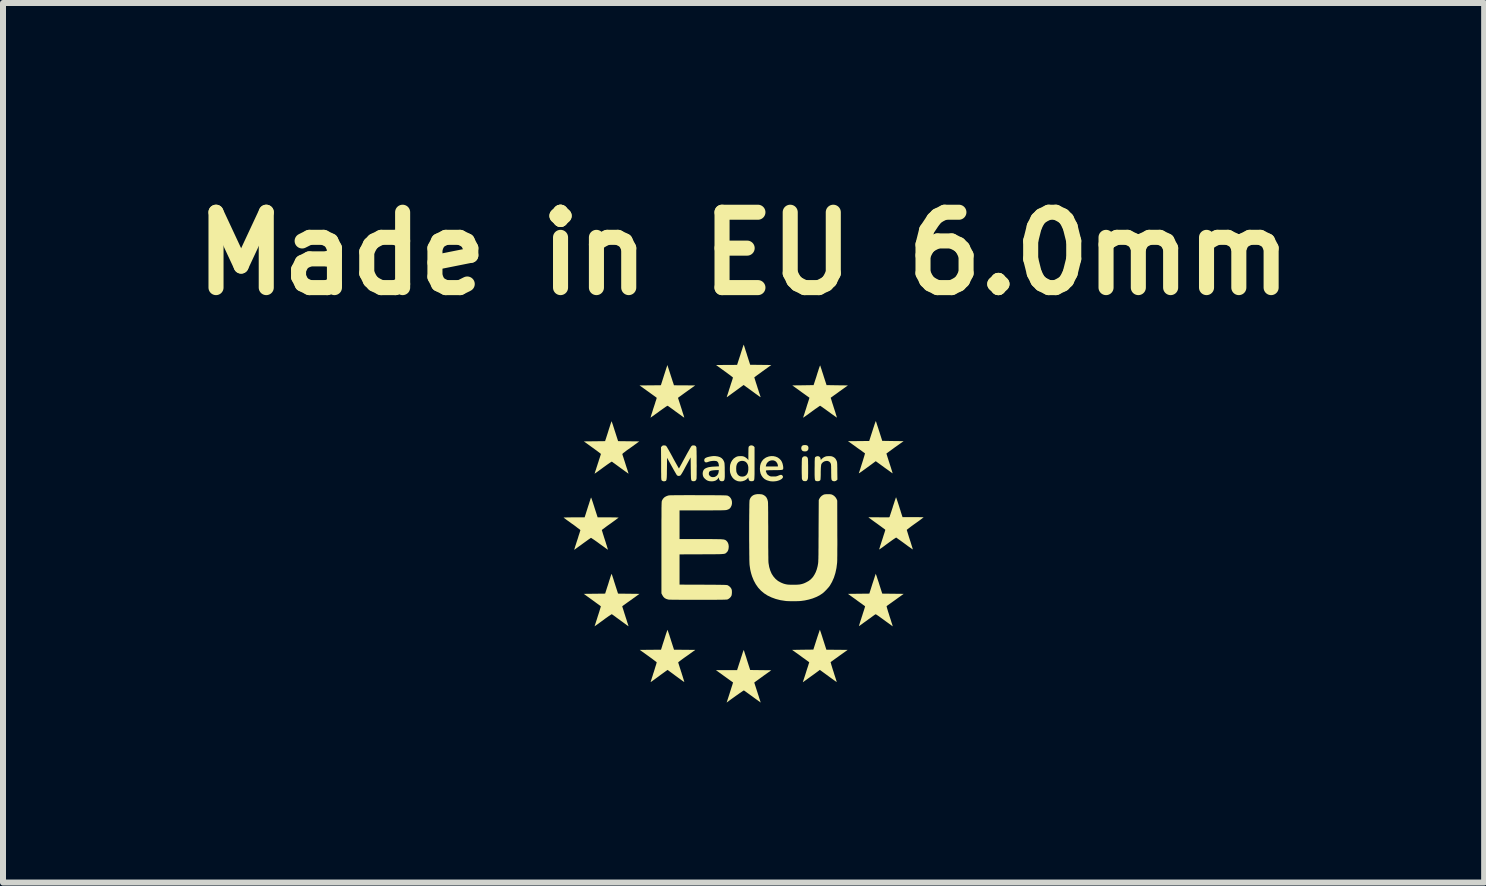
<source format=kicad_pcb>
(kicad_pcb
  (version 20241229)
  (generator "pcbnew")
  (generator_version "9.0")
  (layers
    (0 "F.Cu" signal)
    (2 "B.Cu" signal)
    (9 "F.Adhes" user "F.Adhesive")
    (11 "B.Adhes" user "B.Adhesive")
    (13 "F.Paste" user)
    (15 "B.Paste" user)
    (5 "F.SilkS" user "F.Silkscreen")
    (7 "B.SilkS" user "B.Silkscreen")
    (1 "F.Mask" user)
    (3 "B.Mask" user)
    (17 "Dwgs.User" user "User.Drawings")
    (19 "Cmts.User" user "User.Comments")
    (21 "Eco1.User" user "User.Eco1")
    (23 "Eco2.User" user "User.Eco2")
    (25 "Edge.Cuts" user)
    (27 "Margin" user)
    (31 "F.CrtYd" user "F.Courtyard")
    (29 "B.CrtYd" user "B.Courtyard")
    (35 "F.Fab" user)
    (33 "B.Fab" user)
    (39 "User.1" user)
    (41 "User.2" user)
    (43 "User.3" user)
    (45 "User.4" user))
  (footprint "Made in EU 6.0mm"
    (layer "F.Cu")
    (at 9.342 5.675)
    (property "Reference" "Made in EU 6.0mm" (at 0 -4.5 180) (layer "F.SilkS") (effects (font (size 1.256 1.256) (thickness 0.251))))
    (attr board_only exclude_from_pos_files exclude_from_bom)
    (fp_poly (pts (xy 1.042 -1.307) (xy 1.061 -1.301) (xy 1.074 -1.289) (xy 1.08 -1.272) (xy 1.081 -1.256) (xy 1.078 -1.234) (xy 1.067 -1.217) (xy 1.054 -1.207) (xy 1.038 -1.203) (xy 1.019 -1.202) (xy 1 -1.204) (xy 0.988 -1.208) (xy 0.974 -1.218) (xy 0.965 -1.234) (xy 0.961 -1.253) (xy 0.963 -1.272) (xy 0.97 -1.289) (xy 0.976 -1.295) (xy 0.985 -1.302) (xy 0.998 -1.306) (xy 1.015 -1.308)) (stroke (width 0) (type solid)) (fill yes) (layer "F.SilkS"))
    (fp_poly (pts (xy 1.044 -1.118) (xy 1.06 -1.108) (xy 1.069 -1.091) (xy 1.072 -1.081) (xy 1.073 -1.071) (xy 1.074 -1.054) (xy 1.075 -1.03) (xy 1.075 -1.002) (xy 1.076 -0.97) (xy 1.076 -0.936) (xy 1.076 -0.902) (xy 1.076 -0.868) (xy 1.076 -0.835) (xy 1.075 -0.806) (xy 1.075 -0.782) (xy 1.074 -0.764) (xy 1.073 -0.753) (xy 1.066 -0.73) (xy 1.058 -0.719) (xy 1.049 -0.71) (xy 1.039 -0.707) (xy 1.024 -0.706) (xy 1.024 -0.706) (xy 1.004 -0.708) (xy 0.99 -0.714) (xy 0.99 -0.715) (xy 0.981 -0.725) (xy 0.974 -0.739) (xy 0.974 -0.74) (xy 0.972 -0.749) (xy 0.971 -0.766) (xy 0.971 -0.789) (xy 0.97 -0.817) (xy 0.969 -0.849) (xy 0.969 -0.883) (xy 0.969 -0.919) (xy 0.969 -0.954) (xy 0.97 -0.987) (xy 0.97 -1.018) (xy 0.971 -1.045) (xy 0.972 -1.066) (xy 0.973 -1.081) (xy 0.974 -1.086) (xy 0.983 -1.104) (xy 0.997 -1.116) (xy 1.018 -1.121) (xy 1.023 -1.121)) (stroke (width 0) (type solid)) (fill yes) (layer "F.SilkS"))
    (fp_poly (pts (xy 2.205 -1.706) (xy 2.205 -1.706) (xy 2.207 -1.7) (xy 2.212 -1.687) (xy 2.218 -1.667) (xy 2.226 -1.642) (xy 2.236 -1.612) (xy 2.247 -1.579) (xy 2.258 -1.543) (xy 2.26 -1.538) (xy 2.311 -1.378) (xy 2.489 -1.375) (xy 2.667 -1.373) (xy 2.523 -1.271) (xy 2.492 -1.248) (xy 2.463 -1.227) (xy 2.437 -1.208) (xy 2.415 -1.192) (xy 2.398 -1.179) (xy 2.386 -1.171) (xy 2.381 -1.166) (xy 2.38 -1.166) (xy 2.382 -1.161) (xy 2.386 -1.149) (xy 2.392 -1.13) (xy 2.399 -1.106) (xy 2.409 -1.076) (xy 2.419 -1.043) (xy 2.431 -1.007) (xy 2.433 -1) (xy 2.445 -0.964) (xy 2.456 -0.93) (xy 2.465 -0.9) (xy 2.473 -0.875) (xy 2.479 -0.855) (xy 2.483 -0.842) (xy 2.485 -0.836) (xy 2.485 -0.836) (xy 2.481 -0.838) (xy 2.471 -0.845) (xy 2.455 -0.856) (xy 2.435 -0.871) (xy 2.41 -0.889) (xy 2.382 -0.909) (xy 2.351 -0.931) (xy 2.343 -0.937) (xy 2.203 -1.039) (xy 2.07 -0.941) (xy 2.033 -0.914) (xy 2.002 -0.892) (xy 1.978 -0.874) (xy 1.959 -0.861) (xy 1.944 -0.851) (xy 1.934 -0.844) (xy 1.927 -0.84) (xy 1.923 -0.838) (xy 1.921 -0.838) (xy 1.921 -0.839) (xy 1.922 -0.842) (xy 1.922 -0.843) (xy 1.937 -0.886) (xy 1.951 -0.93) (xy 1.964 -0.972) (xy 1.977 -1.012) (xy 1.989 -1.05) (xy 1.999 -1.084) (xy 2.008 -1.113) (xy 2.015 -1.137) (xy 2.02 -1.155) (xy 2.023 -1.167) (xy 2.024 -1.17) (xy 2.019 -1.173) (xy 2.008 -1.181) (xy 1.992 -1.192) (xy 1.971 -1.208) (xy 1.946 -1.226) (xy 1.917 -1.246) (xy 1.886 -1.268) (xy 1.88 -1.273) (xy 1.74 -1.373) (xy 1.917 -1.374) (xy 2.094 -1.376) (xy 2.132 -1.495) (xy 2.148 -1.544) (xy 2.161 -1.585) (xy 2.172 -1.618) (xy 2.181 -1.646) (xy 2.188 -1.667) (xy 2.194 -1.683) (xy 2.198 -1.694) (xy 2.201 -1.702) (xy 2.203 -1.706) (xy 2.204 -1.707)) (stroke (width 0) (type solid)) (fill yes) (layer "F.SilkS"))
    (fp_poly (pts (xy 0.006 2.114) (xy 0.01 2.127) (xy 0.016 2.147) (xy 0.024 2.172) (xy 0.034 2.202) (xy 0.045 2.235) (xy 0.056 2.272) (xy 0.058 2.278) (xy 0.11 2.441) (xy 0.286 2.443) (xy 0.462 2.445) (xy 0.33 2.539) (xy 0.3 2.561) (xy 0.271 2.582) (xy 0.245 2.601) (xy 0.223 2.617) (xy 0.206 2.629) (xy 0.194 2.638) (xy 0.189 2.642) (xy 0.178 2.65) (xy 0.23 2.811) (xy 0.242 2.848) (xy 0.253 2.881) (xy 0.262 2.912) (xy 0.271 2.937) (xy 0.277 2.958) (xy 0.282 2.972) (xy 0.284 2.978) (xy 0.284 2.978) (xy 0.284 2.982) (xy 0.28 2.98) (xy 0.274 2.975) (xy 0.262 2.966) (xy 0.245 2.954) (xy 0.223 2.938) (xy 0.199 2.921) (xy 0.173 2.902) (xy 0.146 2.882) (xy 0.118 2.862) (xy 0.092 2.843) (xy 0.067 2.825) (xy 0.045 2.809) (xy 0.027 2.796) (xy 0.014 2.787) (xy 0.007 2.782) (xy 0.006 2.781) (xy 0.002 2.783) (xy -0.009 2.789) (xy -0.025 2.8) (xy -0.045 2.814) (xy -0.069 2.83) (xy -0.095 2.849) (xy -0.123 2.868) (xy -0.152 2.889) (xy -0.18 2.909) (xy -0.208 2.929) (xy -0.233 2.947) (xy -0.255 2.964) (xy -0.273 2.977) (xy -0.277 2.98) (xy -0.281 2.983) (xy -0.281 2.979) (xy -0.281 2.979) (xy -0.279 2.973) (xy -0.274 2.96) (xy -0.268 2.94) (xy -0.26 2.916) (xy -0.251 2.888) (xy -0.241 2.858) (xy -0.231 2.826) (xy -0.221 2.794) (xy -0.211 2.763) (xy -0.202 2.734) (xy -0.194 2.709) (xy -0.187 2.689) (xy -0.183 2.674) (xy -0.181 2.667) (xy -0.175 2.649) (xy -0.318 2.546) (xy -0.461 2.443) (xy -0.284 2.443) (xy -0.108 2.443) (xy -0.076 2.343) (xy -0.065 2.31) (xy -0.053 2.273) (xy -0.042 2.237) (xy -0.031 2.204) (xy -0.022 2.176) (xy -0.021 2.173) (xy -0.014 2.15) (xy -0.007 2.131) (xy -0.001 2.117) (xy 0.002 2.109) (xy 0.004 2.108)) (stroke (width 0) (type solid)) (fill yes) (layer "F.SilkS"))
    (fp_poly (pts (xy -1.233 -2.528) (xy -1.222 -2.494) (xy -1.211 -2.459) (xy -1.2 -2.426) (xy -1.19 -2.396) (xy -1.183 -2.372) (xy -1.178 -2.359) (xy -1.16 -2.304) (xy -0.983 -2.303) (xy -0.806 -2.302) (xy -0.933 -2.211) (xy -0.964 -2.189) (xy -0.993 -2.168) (xy -1.019 -2.149) (xy -1.041 -2.133) (xy -1.059 -2.12) (xy -1.072 -2.111) (xy -1.077 -2.107) (xy -1.093 -2.095) (xy -1.04 -1.931) (xy -1.028 -1.894) (xy -1.018 -1.86) (xy -1.008 -1.83) (xy -1 -1.805) (xy -0.994 -1.785) (xy -0.99 -1.771) (xy -0.989 -1.765) (xy -0.989 -1.765) (xy -0.993 -1.767) (xy -1.003 -1.774) (xy -1.019 -1.785) (xy -1.039 -1.8) (xy -1.064 -1.818) (xy -1.092 -1.838) (xy -1.122 -1.86) (xy -1.126 -1.862) (xy -1.156 -1.885) (xy -1.185 -1.906) (xy -1.21 -1.924) (xy -1.232 -1.94) (xy -1.249 -1.952) (xy -1.261 -1.96) (xy -1.266 -1.963) (xy -1.266 -1.963) (xy -1.271 -1.961) (xy -1.282 -1.955) (xy -1.299 -1.944) (xy -1.32 -1.929) (xy -1.346 -1.911) (xy -1.374 -1.891) (xy -1.405 -1.869) (xy -1.41 -1.865) (xy -1.441 -1.842) (xy -1.47 -1.822) (xy -1.495 -1.803) (xy -1.517 -1.788) (xy -1.534 -1.776) (xy -1.545 -1.768) (xy -1.55 -1.764) (xy -1.551 -1.764) (xy -1.55 -1.768) (xy -1.546 -1.78) (xy -1.541 -1.798) (xy -1.534 -1.822) (xy -1.524 -1.851) (xy -1.514 -1.884) (xy -1.503 -1.92) (xy -1.5 -1.928) (xy -1.488 -1.965) (xy -1.477 -1.998) (xy -1.468 -2.029) (xy -1.459 -2.054) (xy -1.453 -2.074) (xy -1.449 -2.088) (xy -1.447 -2.094) (xy -1.447 -2.094) (xy -1.45 -2.097) (xy -1.46 -2.105) (xy -1.476 -2.117) (xy -1.497 -2.132) (xy -1.522 -2.15) (xy -1.55 -2.17) (xy -1.581 -2.193) (xy -1.59 -2.199) (xy -1.734 -2.302) (xy -1.556 -2.303) (xy -1.378 -2.305) (xy -1.336 -2.437) (xy -1.325 -2.472) (xy -1.314 -2.506) (xy -1.304 -2.537) (xy -1.295 -2.565) (xy -1.288 -2.587) (xy -1.283 -2.603) (xy -1.281 -2.606) (xy -1.27 -2.642)) (stroke (width 0) (type solid)) (fill yes) (layer "F.SilkS"))
    (fp_poly (pts (xy -1.267 1.775) (xy -1.263 1.786) (xy -1.256 1.804) (xy -1.248 1.828) (xy -1.238 1.856) (xy -1.228 1.889) (xy -1.216 1.925) (xy -1.213 1.936) (xy -1.159 2.103) (xy -0.982 2.104) (xy -0.805 2.106) (xy -0.947 2.208) (xy -0.979 2.23) (xy -1.008 2.251) (xy -1.034 2.27) (xy -1.055 2.286) (xy -1.072 2.299) (xy -1.084 2.308) (xy -1.089 2.313) (xy -1.09 2.313) (xy -1.088 2.318) (xy -1.085 2.33) (xy -1.079 2.349) (xy -1.071 2.374) (xy -1.062 2.403) (xy -1.051 2.436) (xy -1.04 2.472) (xy -1.038 2.476) (xy -1.027 2.512) (xy -1.016 2.546) (xy -1.007 2.576) (xy -0.999 2.601) (xy -0.993 2.621) (xy -0.989 2.634) (xy -0.988 2.64) (xy -0.988 2.64) (xy -0.992 2.639) (xy -1.001 2.633) (xy -1.015 2.624) (xy -1.027 2.615) (xy -1.041 2.605) (xy -1.061 2.59) (xy -1.085 2.573) (xy -1.112 2.553) (xy -1.141 2.532) (xy -1.166 2.513) (xy -1.267 2.439) (xy -1.39 2.528) (xy -1.419 2.55) (xy -1.448 2.571) (xy -1.474 2.59) (xy -1.496 2.606) (xy -1.514 2.619) (xy -1.527 2.628) (xy -1.531 2.631) (xy -1.542 2.639) (xy -1.548 2.642) (xy -1.549 2.64) (xy -1.547 2.634) (xy -1.545 2.628) (xy -1.541 2.614) (xy -1.534 2.593) (xy -1.526 2.567) (xy -1.516 2.537) (xy -1.506 2.503) (xy -1.495 2.471) (xy -1.484 2.435) (xy -1.474 2.402) (xy -1.465 2.373) (xy -1.457 2.349) (xy -1.452 2.329) (xy -1.449 2.317) (xy -1.448 2.312) (xy -1.452 2.308) (xy -1.463 2.3) (xy -1.479 2.288) (xy -1.5 2.272) (xy -1.525 2.253) (xy -1.553 2.233) (xy -1.584 2.21) (xy -1.59 2.206) (xy -1.73 2.106) (xy -1.553 2.104) (xy -1.376 2.103) (xy -1.367 2.075) (xy -1.358 2.047) (xy -1.349 2.016) (xy -1.338 1.983) (xy -1.327 1.949) (xy -1.316 1.915) (xy -1.306 1.882) (xy -1.296 1.851) (xy -1.287 1.824) (xy -1.279 1.802) (xy -1.274 1.785) (xy -1.27 1.775) (xy -1.269 1.772)) (stroke (width 0) (type solid)) (fill yes) (layer "F.SilkS"))
    (fp_poly (pts (xy 0.498 -1.123) (xy 0.535 -1.115) (xy 0.569 -1.101) (xy 0.598 -1.08) (xy 0.623 -1.054) (xy 0.636 -1.032) (xy 0.648 -1.004) (xy 0.656 -0.972) (xy 0.661 -0.94) (xy 0.661 -0.931) (xy 0.661 -0.92) (xy 0.66 -0.912) (xy 0.658 -0.905) (xy 0.653 -0.9) (xy 0.645 -0.896) (xy 0.633 -0.894) (xy 0.615 -0.892) (xy 0.592 -0.891) (xy 0.562 -0.89) (xy 0.524 -0.89) (xy 0.506 -0.89) (xy 0.467 -0.889) (xy 0.436 -0.889) (xy 0.412 -0.888) (xy 0.395 -0.887) (xy 0.383 -0.886) (xy 0.375 -0.883) (xy 0.372 -0.879) (xy 0.371 -0.874) (xy 0.373 -0.867) (xy 0.376 -0.859) (xy 0.378 -0.855) (xy 0.388 -0.831) (xy 0.401 -0.814) (xy 0.421 -0.8) (xy 0.426 -0.796) (xy 0.437 -0.791) (xy 0.446 -0.787) (xy 0.457 -0.785) (xy 0.471 -0.784) (xy 0.492 -0.784) (xy 0.498 -0.784) (xy 0.521 -0.784) (xy 0.538 -0.785) (xy 0.551 -0.788) (xy 0.564 -0.792) (xy 0.576 -0.797) (xy 0.599 -0.806) (xy 0.616 -0.811) (xy 0.628 -0.811) (xy 0.638 -0.808) (xy 0.645 -0.802) (xy 0.655 -0.788) (xy 0.657 -0.774) (xy 0.651 -0.76) (xy 0.639 -0.746) (xy 0.622 -0.734) (xy 0.6 -0.723) (xy 0.575 -0.714) (xy 0.547 -0.707) (xy 0.516 -0.703) (xy 0.485 -0.702) (xy 0.453 -0.704) (xy 0.431 -0.708) (xy 0.388 -0.721) (xy 0.352 -0.74) (xy 0.323 -0.766) (xy 0.3 -0.798) (xy 0.283 -0.835) (xy 0.274 -0.877) (xy 0.272 -0.913) (xy 0.275 -0.951) (xy 0.37 -0.951) (xy 0.471 -0.951) (xy 0.572 -0.951) (xy 0.572 -0.966) (xy 0.57 -0.978) (xy 0.565 -0.994) (xy 0.561 -1.003) (xy 0.545 -1.027) (xy 0.525 -1.043) (xy 0.499 -1.052) (xy 0.49 -1.053) (xy 0.458 -1.052) (xy 0.429 -1.042) (xy 0.406 -1.026) (xy 0.387 -1.003) (xy 0.375 -0.974) (xy 0.373 -0.966) (xy 0.37 -0.951) (xy 0.275 -0.951) (xy 0.275 -0.96) (xy 0.286 -1.001) (xy 0.304 -1.037) (xy 0.328 -1.067) (xy 0.36 -1.092) (xy 0.382 -1.104) (xy 0.421 -1.118) (xy 0.46 -1.124)) (stroke (width 0) (type solid)) (fill yes) (layer "F.SilkS"))
    (fp_poly (pts (xy 1.273 1.772) (xy 1.275 1.777) (xy 1.277 1.785) (xy 1.281 1.797) (xy 1.287 1.813) (xy 1.294 1.835) (xy 1.303 1.862) (xy 1.314 1.897) (xy 1.327 1.938) (xy 1.343 1.987) (xy 1.346 1.997) (xy 1.38 2.103) (xy 1.557 2.104) (xy 1.734 2.106) (xy 1.594 2.206) (xy 1.563 2.229) (xy 1.534 2.249) (xy 1.508 2.268) (xy 1.486 2.284) (xy 1.469 2.296) (xy 1.457 2.305) (xy 1.451 2.309) (xy 1.451 2.309) (xy 1.451 2.314) (xy 1.455 2.326) (xy 1.46 2.345) (xy 1.467 2.369) (xy 1.476 2.398) (xy 1.486 2.431) (xy 1.498 2.467) (xy 1.501 2.476) (xy 1.512 2.513) (xy 1.523 2.546) (xy 1.533 2.577) (xy 1.541 2.602) (xy 1.547 2.622) (xy 1.551 2.636) (xy 1.553 2.642) (xy 1.553 2.642) (xy 1.549 2.64) (xy 1.539 2.633) (xy 1.523 2.622) (xy 1.502 2.607) (xy 1.477 2.589) (xy 1.449 2.569) (xy 1.419 2.547) (xy 1.411 2.541) (xy 1.271 2.439) (xy 1.249 2.456) (xy 1.219 2.478) (xy 1.188 2.501) (xy 1.156 2.524) (xy 1.125 2.546) (xy 1.095 2.568) (xy 1.067 2.588) (xy 1.043 2.606) (xy 1.021 2.621) (xy 1.005 2.633) (xy 0.994 2.641) (xy 0.989 2.644) (xy 0.989 2.644) (xy 0.988 2.641) (xy 0.988 2.64) (xy 0.99 2.636) (xy 0.994 2.624) (xy 1 2.605) (xy 1.008 2.582) (xy 1.017 2.554) (xy 1.027 2.524) (xy 1.037 2.492) (xy 1.047 2.46) (xy 1.057 2.428) (xy 1.067 2.398) (xy 1.076 2.371) (xy 1.083 2.347) (xy 1.089 2.329) (xy 1.093 2.317) (xy 1.094 2.312) (xy 1.094 2.312) (xy 1.091 2.309) (xy 1.081 2.302) (xy 1.065 2.29) (xy 1.044 2.275) (xy 1.02 2.257) (xy 0.991 2.237) (xy 0.961 2.215) (xy 0.952 2.208) (xy 0.809 2.106) (xy 0.986 2.103) (xy 1.163 2.101) (xy 1.216 1.935) (xy 1.228 1.898) (xy 1.239 1.865) (xy 1.249 1.835) (xy 1.258 1.809) (xy 1.264 1.79) (xy 1.269 1.777) (xy 1.272 1.771) (xy 1.272 1.771)) (stroke (width 0) (type solid)) (fill yes) (layer "F.SilkS"))
    (fp_poly (pts (xy 0.005 -2.976) (xy 0.009 -2.963) (xy 0.015 -2.944) (xy 0.023 -2.919) (xy 0.032 -2.889) (xy 0.043 -2.856) (xy 0.055 -2.82) (xy 0.057 -2.811) (xy 0.11 -2.646) (xy 0.286 -2.644) (xy 0.462 -2.642) (xy 0.32 -2.54) (xy 0.289 -2.517) (xy 0.26 -2.496) (xy 0.235 -2.478) (xy 0.213 -2.462) (xy 0.196 -2.449) (xy 0.184 -2.44) (xy 0.179 -2.436) (xy 0.179 -2.436) (xy 0.18 -2.431) (xy 0.184 -2.42) (xy 0.189 -2.402) (xy 0.197 -2.378) (xy 0.205 -2.351) (xy 0.215 -2.321) (xy 0.225 -2.29) (xy 0.235 -2.257) (xy 0.246 -2.225) (xy 0.255 -2.195) (xy 0.264 -2.168) (xy 0.272 -2.145) (xy 0.278 -2.126) (xy 0.281 -2.116) (xy 0.283 -2.112) (xy 0.284 -2.109) (xy 0.284 -2.107) (xy 0.282 -2.107) (xy 0.279 -2.108) (xy 0.272 -2.112) (xy 0.262 -2.12) (xy 0.247 -2.13) (xy 0.228 -2.144) (xy 0.202 -2.162) (xy 0.171 -2.185) (xy 0.152 -2.199) (xy 0.122 -2.221) (xy 0.094 -2.241) (xy 0.069 -2.26) (xy 0.047 -2.275) (xy 0.03 -2.288) (xy 0.019 -2.296) (xy 0.015 -2.299) (xy 0.001 -2.309) (xy -0.119 -2.221) (xy -0.149 -2.199) (xy -0.177 -2.179) (xy -0.203 -2.16) (xy -0.226 -2.143) (xy -0.244 -2.13) (xy -0.256 -2.121) (xy -0.261 -2.118) (xy -0.273 -2.109) (xy -0.279 -2.106) (xy -0.28 -2.107) (xy -0.279 -2.112) (xy -0.279 -2.113) (xy -0.277 -2.119) (xy -0.273 -2.133) (xy -0.266 -2.152) (xy -0.258 -2.177) (xy -0.249 -2.205) (xy -0.24 -2.236) (xy -0.229 -2.268) (xy -0.219 -2.3) (xy -0.209 -2.332) (xy -0.199 -2.361) (xy -0.191 -2.386) (xy -0.184 -2.408) (xy -0.18 -2.423) (xy -0.177 -2.431) (xy -0.177 -2.432) (xy -0.18 -2.436) (xy -0.189 -2.444) (xy -0.205 -2.456) (xy -0.225 -2.472) (xy -0.25 -2.49) (xy -0.278 -2.511) (xy -0.308 -2.533) (xy -0.317 -2.539) (xy -0.459 -2.642) (xy -0.283 -2.643) (xy -0.108 -2.644) (xy -0.076 -2.743) (xy -0.065 -2.777) (xy -0.053 -2.813) (xy -0.042 -2.849) (xy -0.031 -2.883) (xy -0.022 -2.91) (xy -0.021 -2.914) (xy -0.014 -2.937) (xy -0.007 -2.956) (xy -0.002 -2.971) (xy 0.002 -2.979) (xy 0.003 -2.981)) (stroke (width 0) (type solid)) (fill yes) (layer "F.SilkS"))
    (fp_poly (pts (xy 2.204 0.841) (xy 2.208 0.852) (xy 2.215 0.87) (xy 2.223 0.894) (xy 2.232 0.923) (xy 2.243 0.955) (xy 2.255 0.991) (xy 2.258 1.002) (xy 2.311 1.168) (xy 2.49 1.17) (xy 2.668 1.172) (xy 2.528 1.273) (xy 2.497 1.295) (xy 2.468 1.316) (xy 2.441 1.335) (xy 2.419 1.351) (xy 2.402 1.363) (xy 2.39 1.372) (xy 2.384 1.376) (xy 2.384 1.376) (xy 2.384 1.381) (xy 2.387 1.393) (xy 2.392 1.413) (xy 2.4 1.439) (xy 2.409 1.47) (xy 2.421 1.506) (xy 2.433 1.546) (xy 2.445 1.582) (xy 2.456 1.616) (xy 2.465 1.647) (xy 2.474 1.672) (xy 2.48 1.693) (xy 2.484 1.706) (xy 2.486 1.713) (xy 2.486 1.713) (xy 2.482 1.711) (xy 2.472 1.704) (xy 2.457 1.692) (xy 2.436 1.677) (xy 2.411 1.659) (xy 2.383 1.639) (xy 2.353 1.617) (xy 2.345 1.611) (xy 2.309 1.585) (xy 2.28 1.564) (xy 2.257 1.547) (xy 2.238 1.534) (xy 2.224 1.525) (xy 2.214 1.518) (xy 2.207 1.515) (xy 2.201 1.513) (xy 2.198 1.513) (xy 2.195 1.514) (xy 2.19 1.518) (xy 2.178 1.526) (xy 2.16 1.539) (xy 2.138 1.555) (xy 2.113 1.574) (xy 2.084 1.594) (xy 2.055 1.616) (xy 2.025 1.637) (xy 1.997 1.657) (xy 1.973 1.675) (xy 1.952 1.69) (xy 1.937 1.701) (xy 1.926 1.707) (xy 1.923 1.71) (xy 1.923 1.705) (xy 1.927 1.693) (xy 1.933 1.674) (xy 1.94 1.65) (xy 1.949 1.621) (xy 1.96 1.588) (xy 1.971 1.552) (xy 1.974 1.545) (xy 1.985 1.509) (xy 1.996 1.475) (xy 2.006 1.445) (xy 2.014 1.419) (xy 2.02 1.399) (xy 2.023 1.386) (xy 2.025 1.38) (xy 2.025 1.379) (xy 2.021 1.376) (xy 2.011 1.368) (xy 1.996 1.358) (xy 1.979 1.345) (xy 1.971 1.339) (xy 1.951 1.325) (xy 1.926 1.307) (xy 1.898 1.287) (xy 1.869 1.265) (xy 1.839 1.244) (xy 1.829 1.237) (xy 1.739 1.172) (xy 1.917 1.17) (xy 2.096 1.168) (xy 2.148 1.003) (xy 2.16 0.967) (xy 2.171 0.933) (xy 2.181 0.903) (xy 2.189 0.877) (xy 2.196 0.857) (xy 2.2 0.844) (xy 2.202 0.837) (xy 2.203 0.837)) (stroke (width 0) (type solid)) (fill yes) (layer "F.SilkS"))
    (fp_poly (pts (xy -2.198 0.84) (xy -2.196 0.845) (xy -2.192 0.858) (xy -2.185 0.878) (xy -2.177 0.903) (xy -2.167 0.933) (xy -2.157 0.967) (xy -2.145 1.003) (xy -2.144 1.007) (xy -2.092 1.168) (xy -1.914 1.17) (xy -1.735 1.172) (xy -1.878 1.275) (xy -1.909 1.297) (xy -1.939 1.318) (xy -1.965 1.337) (xy -1.987 1.353) (xy -2.004 1.365) (xy -2.016 1.374) (xy -2.022 1.378) (xy -2.022 1.378) (xy -2.021 1.382) (xy -2.018 1.394) (xy -2.012 1.413) (xy -2.004 1.437) (xy -1.995 1.466) (xy -1.985 1.499) (xy -1.973 1.535) (xy -1.97 1.546) (xy -1.958 1.582) (xy -1.947 1.616) (xy -1.938 1.647) (xy -1.929 1.672) (xy -1.923 1.692) (xy -1.919 1.706) (xy -1.917 1.713) (xy -1.917 1.713) (xy -1.921 1.71) (xy -1.931 1.703) (xy -1.947 1.692) (xy -1.967 1.677) (xy -1.992 1.659) (xy -2.019 1.639) (xy -2.05 1.617) (xy -2.054 1.613) (xy -2.085 1.591) (xy -2.114 1.57) (xy -2.139 1.551) (xy -2.161 1.535) (xy -2.178 1.523) (xy -2.19 1.515) (xy -2.196 1.511) (xy -2.196 1.511) (xy -2.201 1.513) (xy -2.212 1.52) (xy -2.228 1.531) (xy -2.25 1.545) (xy -2.275 1.563) (xy -2.304 1.583) (xy -2.334 1.606) (xy -2.342 1.612) (xy -2.373 1.634) (xy -2.402 1.655) (xy -2.427 1.674) (xy -2.449 1.689) (xy -2.466 1.701) (xy -2.477 1.709) (xy -2.483 1.713) (xy -2.483 1.713) (xy -2.482 1.709) (xy -2.478 1.697) (xy -2.472 1.678) (xy -2.464 1.654) (xy -2.455 1.625) (xy -2.444 1.592) (xy -2.433 1.556) (xy -2.43 1.547) (xy -2.418 1.51) (xy -2.407 1.476) (xy -2.398 1.446) (xy -2.39 1.42) (xy -2.384 1.4) (xy -2.38 1.386) (xy -2.379 1.379) (xy -2.379 1.379) (xy -2.383 1.376) (xy -2.393 1.368) (xy -2.409 1.356) (xy -2.43 1.341) (xy -2.455 1.323) (xy -2.483 1.302) (xy -2.514 1.28) (xy -2.522 1.274) (xy -2.664 1.172) (xy -2.485 1.17) (xy -2.307 1.168) (xy -2.272 1.058) (xy -2.261 1.025) (xy -2.25 0.99) (xy -2.24 0.956) (xy -2.23 0.926) (xy -2.222 0.901) (xy -2.219 0.891) (xy -2.212 0.87) (xy -2.206 0.854) (xy -2.201 0.843) (xy -2.198 0.839)) (stroke (width 0) (type solid)) (fill yes) (layer "F.SilkS"))
    (fp_poly (pts (xy 1.279 -2.629) (xy 1.283 -2.616) (xy 1.289 -2.596) (xy 1.298 -2.571) (xy 1.307 -2.541) (xy 1.318 -2.508) (xy 1.33 -2.472) (xy 1.331 -2.467) (xy 1.383 -2.307) (xy 1.561 -2.304) (xy 1.739 -2.302) (xy 1.596 -2.2) (xy 1.565 -2.177) (xy 1.536 -2.156) (xy 1.51 -2.138) (xy 1.488 -2.122) (xy 1.47 -2.109) (xy 1.458 -2.101) (xy 1.453 -2.097) (xy 1.452 -2.097) (xy 1.453 -2.092) (xy 1.457 -2.08) (xy 1.463 -2.062) (xy 1.47 -2.038) (xy 1.479 -2.008) (xy 1.49 -1.976) (xy 1.501 -1.94) (xy 1.504 -1.931) (xy 1.516 -1.894) (xy 1.527 -1.861) (xy 1.536 -1.83) (xy 1.544 -1.805) (xy 1.55 -1.785) (xy 1.554 -1.771) (xy 1.556 -1.765) (xy 1.556 -1.765) (xy 1.552 -1.767) (xy 1.542 -1.774) (xy 1.526 -1.785) (xy 1.506 -1.8) (xy 1.481 -1.817) (xy 1.453 -1.837) (xy 1.423 -1.86) (xy 1.418 -1.863) (xy 1.387 -1.885) (xy 1.359 -1.906) (xy 1.333 -1.924) (xy 1.311 -1.94) (xy 1.293 -1.952) (xy 1.281 -1.96) (xy 1.276 -1.963) (xy 1.275 -1.963) (xy 1.27 -1.96) (xy 1.259 -1.953) (xy 1.242 -1.941) (xy 1.221 -1.926) (xy 1.195 -1.909) (xy 1.167 -1.888) (xy 1.136 -1.866) (xy 1.133 -1.863) (xy 1.102 -1.841) (xy 1.074 -1.82) (xy 1.048 -1.802) (xy 1.027 -1.787) (xy 1.01 -1.775) (xy 0.999 -1.767) (xy 0.994 -1.764) (xy 0.994 -1.764) (xy 0.994 -1.768) (xy 0.996 -1.776) (xy 1.002 -1.795) (xy 1.01 -1.818) (xy 1.019 -1.846) (xy 1.028 -1.876) (xy 1.039 -1.908) (xy 1.049 -1.941) (xy 1.059 -1.974) (xy 1.069 -2.004) (xy 1.078 -2.032) (xy 1.086 -2.057) (xy 1.092 -2.076) (xy 1.096 -2.09) (xy 1.098 -2.096) (xy 1.098 -2.097) (xy 1.094 -2.099) (xy 1.084 -2.107) (xy 1.068 -2.118) (xy 1.047 -2.133) (xy 1.022 -2.151) (xy 0.994 -2.171) (xy 0.963 -2.193) (xy 0.954 -2.2) (xy 0.812 -2.302) (xy 0.99 -2.304) (xy 1.167 -2.307) (xy 1.199 -2.405) (xy 1.21 -2.438) (xy 1.221 -2.474) (xy 1.232 -2.51) (xy 1.243 -2.542) (xy 1.251 -2.569) (xy 1.252 -2.572) (xy 1.26 -2.595) (xy 1.266 -2.613) (xy 1.272 -2.627) (xy 1.276 -2.634) (xy 1.277 -2.635)) (stroke (width 0) (type solid)) (fill yes) (layer "F.SilkS"))
    (fp_poly (pts (xy -2.197 -1.7) (xy -2.193 -1.688) (xy -2.187 -1.669) (xy -2.178 -1.645) (xy -2.169 -1.615) (xy -2.158 -1.582) (xy -2.147 -1.546) (xy -2.144 -1.538) (xy -2.091 -1.373) (xy -1.914 -1.371) (xy -1.738 -1.369) (xy -1.88 -1.266) (xy -1.917 -1.24) (xy -1.947 -1.219) (xy -1.97 -1.201) (xy -1.988 -1.187) (xy -2.002 -1.177) (xy -2.011 -1.169) (xy -2.017 -1.163) (xy -2.02 -1.158) (xy -2.02 -1.155) (xy -2.02 -1.155) (xy -2.018 -1.148) (xy -2.014 -1.134) (xy -2.007 -1.114) (xy -1.999 -1.089) (xy -1.99 -1.06) (xy -1.98 -1.03) (xy -1.97 -0.998) (xy -1.96 -0.966) (xy -1.95 -0.935) (xy -1.94 -0.906) (xy -1.932 -0.88) (xy -1.926 -0.86) (xy -1.921 -0.845) (xy -1.918 -0.837) (xy -1.918 -0.836) (xy -1.919 -0.832) (xy -1.921 -0.833) (xy -1.926 -0.837) (xy -1.937 -0.844) (xy -1.952 -0.856) (xy -1.973 -0.87) (xy -1.996 -0.887) (xy -2.022 -0.906) (xy -2.049 -0.925) (xy -2.076 -0.945) (xy -2.103 -0.965) (xy -2.128 -0.983) (xy -2.151 -1) (xy -2.17 -1.013) (xy -2.184 -1.024) (xy -2.193 -1.03) (xy -2.195 -1.032) (xy -2.199 -1.03) (xy -2.21 -1.024) (xy -2.227 -1.013) (xy -2.249 -0.998) (xy -2.275 -0.98) (xy -2.304 -0.959) (xy -2.336 -0.936) (xy -2.34 -0.933) (xy -2.371 -0.91) (xy -2.4 -0.889) (xy -2.425 -0.871) (xy -2.447 -0.855) (xy -2.465 -0.843) (xy -2.476 -0.835) (xy -2.482 -0.831) (xy -2.482 -0.831) (xy -2.482 -0.834) (xy -2.481 -0.837) (xy -2.479 -0.843) (xy -2.475 -0.856) (xy -2.469 -0.876) (xy -2.46 -0.901) (xy -2.451 -0.931) (xy -2.44 -0.964) (xy -2.429 -0.999) (xy -2.417 -1.035) (xy -2.407 -1.068) (xy -2.397 -1.097) (xy -2.389 -1.122) (xy -2.383 -1.141) (xy -2.379 -1.154) (xy -2.377 -1.159) (xy -2.38 -1.162) (xy -2.39 -1.171) (xy -2.406 -1.183) (xy -2.426 -1.198) (xy -2.451 -1.217) (xy -2.479 -1.237) (xy -2.509 -1.259) (xy -2.519 -1.266) (xy -2.662 -1.369) (xy -2.485 -1.371) (xy -2.308 -1.373) (xy -2.286 -1.44) (xy -2.278 -1.465) (xy -2.268 -1.496) (xy -2.257 -1.531) (xy -2.246 -1.567) (xy -2.235 -1.601) (xy -2.233 -1.607) (xy -2.224 -1.635) (xy -2.216 -1.66) (xy -2.209 -1.68) (xy -2.203 -1.695) (xy -2.2 -1.703) (xy -2.199 -1.705)) (stroke (width 0) (type solid)) (fill yes) (layer "F.SilkS"))
    (fp_poly (pts (xy 1.444 -1.123) (xy 1.459 -1.122) (xy 1.472 -1.119) (xy 1.483 -1.115) (xy 1.493 -1.111) (xy 1.515 -1.097) (xy 1.532 -1.08) (xy 1.546 -1.056) (xy 1.551 -1.044) (xy 1.554 -1.037) (xy 1.556 -1.03) (xy 1.558 -1.021) (xy 1.559 -1.011) (xy 1.56 -0.997) (xy 1.561 -0.978) (xy 1.561 -0.954) (xy 1.562 -0.923) (xy 1.562 -0.885) (xy 1.562 -0.876) (xy 1.564 -0.732) (xy 1.55 -0.719) (xy 1.534 -0.709) (xy 1.514 -0.704) (xy 1.494 -0.707) (xy 1.48 -0.713) (xy 1.474 -0.718) (xy 1.47 -0.724) (xy 1.466 -0.732) (xy 1.464 -0.744) (xy 1.462 -0.761) (xy 1.461 -0.783) (xy 1.461 -0.811) (xy 1.46 -0.847) (xy 1.46 -0.861) (xy 1.46 -0.899) (xy 1.459 -0.931) (xy 1.459 -0.958) (xy 1.457 -0.979) (xy 1.456 -0.991) (xy 1.455 -0.993) (xy 1.445 -1.015) (xy 1.429 -1.031) (xy 1.409 -1.041) (xy 1.401 -1.043) (xy 1.376 -1.043) (xy 1.35 -1.037) (xy 1.327 -1.025) (xy 1.318 -1.017) (xy 1.31 -1.009) (xy 1.303 -1.001) (xy 1.298 -0.992) (xy 1.294 -0.982) (xy 1.292 -0.968) (xy 1.29 -0.95) (xy 1.288 -0.927) (xy 1.287 -0.898) (xy 1.286 -0.861) (xy 1.286 -0.85) (xy 1.286 -0.814) (xy 1.285 -0.785) (xy 1.284 -0.764) (xy 1.283 -0.748) (xy 1.282 -0.737) (xy 1.281 -0.729) (xy 1.279 -0.724) (xy 1.276 -0.721) (xy 1.275 -0.719) (xy 1.26 -0.709) (xy 1.24 -0.705) (xy 1.22 -0.706) (xy 1.212 -0.708) (xy 1.204 -0.71) (xy 1.198 -0.714) (xy 1.194 -0.72) (xy 1.19 -0.729) (xy 1.188 -0.741) (xy 1.186 -0.758) (xy 1.185 -0.78) (xy 1.184 -0.809) (xy 1.184 -0.844) (xy 1.184 -0.886) (xy 1.184 -0.921) (xy 1.185 -0.965) (xy 1.185 -1.002) (xy 1.185 -1.031) (xy 1.186 -1.054) (xy 1.187 -1.071) (xy 1.187 -1.084) (xy 1.189 -1.093) (xy 1.19 -1.099) (xy 1.192 -1.104) (xy 1.194 -1.106) (xy 1.194 -1.107) (xy 1.209 -1.117) (xy 1.228 -1.122) (xy 1.245 -1.122) (xy 1.263 -1.115) (xy 1.276 -1.102) (xy 1.283 -1.082) (xy 1.284 -1.08) (xy 1.287 -1.059) (xy 1.304 -1.078) (xy 1.32 -1.092) (xy 1.341 -1.106) (xy 1.35 -1.11) (xy 1.364 -1.116) (xy 1.377 -1.12) (xy 1.39 -1.122) (xy 1.408 -1.123) (xy 1.422 -1.123)) (stroke (width 0) (type solid)) (fill yes) (layer "F.SilkS"))
    (fp_poly (pts (xy 0.148 -1.3) (xy 0.165 -1.292) (xy 0.171 -1.286) (xy 0.183 -1.273) (xy 0.183 -1.007) (xy 0.183 -0.949) (xy 0.183 -0.9) (xy 0.183 -0.859) (xy 0.183 -0.824) (xy 0.182 -0.796) (xy 0.181 -0.773) (xy 0.18 -0.755) (xy 0.179 -0.741) (xy 0.177 -0.731) (xy 0.175 -0.724) (xy 0.172 -0.718) (xy 0.168 -0.715) (xy 0.164 -0.712) (xy 0.16 -0.71) (xy 0.147 -0.706) (xy 0.13 -0.705) (xy 0.113 -0.707) (xy 0.103 -0.71) (xy 0.093 -0.719) (xy 0.086 -0.734) (xy 0.081 -0.75) (xy 0.08 -0.758) (xy 0.08 -0.77) (xy 0.066 -0.753) (xy 0.043 -0.731) (xy 0.013 -0.715) (xy -0.02 -0.705) (xy -0.055 -0.701) (xy -0.091 -0.705) (xy -0.099 -0.707) (xy -0.133 -0.721) (xy -0.163 -0.742) (xy -0.188 -0.77) (xy -0.208 -0.804) (xy -0.222 -0.843) (xy -0.223 -0.846) (xy -0.226 -0.865) (xy -0.228 -0.89) (xy -0.228 -0.913) (xy -0.123 -0.913) (xy -0.122 -0.89) (xy -0.121 -0.873) (xy -0.119 -0.86) (xy -0.115 -0.849) (xy -0.112 -0.842) (xy -0.097 -0.815) (xy -0.077 -0.797) (xy -0.054 -0.786) (xy -0.025 -0.782) (xy -0.022 -0.782) (xy -0.002 -0.784) (xy 0.017 -0.789) (xy 0.02 -0.79) (xy 0.043 -0.805) (xy 0.061 -0.828) (xy 0.073 -0.857) (xy 0.079 -0.893) (xy 0.079 -0.9) (xy 0.079 -0.941) (xy 0.072 -0.975) (xy 0.059 -1.002) (xy 0.04 -1.024) (xy 0.022 -1.035) (xy -0.002 -1.043) (xy -0.029 -1.045) (xy -0.055 -1.04) (xy -0.078 -1.03) (xy -0.092 -1.018) (xy -0.106 -1) (xy -0.115 -0.979) (xy -0.121 -0.953) (xy -0.123 -0.921) (xy -0.123 -0.913) (xy -0.228 -0.913) (xy -0.228 -0.918) (xy -0.227 -0.944) (xy -0.225 -0.968) (xy -0.223 -0.98) (xy -0.209 -1.021) (xy -0.189 -1.055) (xy -0.164 -1.084) (xy -0.133 -1.105) (xy -0.124 -1.11) (xy -0.11 -1.116) (xy -0.097 -1.12) (xy -0.083 -1.122) (xy -0.066 -1.123) (xy -0.051 -1.123) (xy -0.03 -1.123) (xy -0.015 -1.122) (xy -0.003 -1.119) (xy 0.009 -1.115) (xy 0.019 -1.11) (xy 0.037 -1.099) (xy 0.054 -1.086) (xy 0.063 -1.077) (xy 0.08 -1.057) (xy 0.08 -1.163) (xy 0.081 -1.203) (xy 0.081 -1.235) (xy 0.082 -1.259) (xy 0.084 -1.274) (xy 0.085 -1.279) (xy 0.096 -1.292) (xy 0.111 -1.3) (xy 0.13 -1.303)) (stroke (width 0) (type solid)) (fill yes) (layer "F.SilkS"))
    (fp_poly (pts (xy -0.471 -1.124) (xy -0.429 -1.118) (xy -0.394 -1.107) (xy -0.366 -1.09) (xy -0.343 -1.066) (xy -0.327 -1.036) (xy -0.326 -1.034) (xy -0.323 -1.025) (xy -0.32 -1.016) (xy -0.318 -1.007) (xy -0.317 -0.994) (xy -0.316 -0.978) (xy -0.315 -0.957) (xy -0.314 -0.93) (xy -0.314 -0.895) (xy -0.314 -0.892) (xy -0.313 -0.847) (xy -0.313 -0.81) (xy -0.313 -0.781) (xy -0.315 -0.758) (xy -0.317 -0.74) (xy -0.321 -0.727) (xy -0.326 -0.718) (xy -0.332 -0.712) (xy -0.34 -0.708) (xy -0.348 -0.706) (xy -0.371 -0.705) (xy -0.389 -0.711) (xy -0.402 -0.725) (xy -0.41 -0.745) (xy -0.411 -0.752) (xy -0.413 -0.77) (xy -0.423 -0.754) (xy -0.44 -0.733) (xy -0.464 -0.717) (xy -0.493 -0.707) (xy -0.526 -0.703) (xy -0.562 -0.705) (xy -0.568 -0.706) (xy -0.595 -0.713) (xy -0.62 -0.726) (xy -0.644 -0.746) (xy -0.646 -0.748) (xy -0.66 -0.763) (xy -0.67 -0.778) (xy -0.676 -0.795) (xy -0.677 -0.797) (xy -0.682 -0.829) (xy -0.681 -0.835) (xy -0.579 -0.835) (xy -0.578 -0.817) (xy -0.575 -0.81) (xy -0.56 -0.791) (xy -0.54 -0.778) (xy -0.516 -0.773) (xy -0.489 -0.775) (xy -0.481 -0.777) (xy -0.458 -0.788) (xy -0.438 -0.806) (xy -0.424 -0.829) (xy -0.416 -0.856) (xy -0.415 -0.866) (xy -0.413 -0.891) (xy -0.464 -0.89) (xy -0.502 -0.887) (xy -0.532 -0.883) (xy -0.555 -0.876) (xy -0.568 -0.867) (xy -0.569 -0.867) (xy -0.576 -0.853) (xy -0.579 -0.835) (xy -0.681 -0.835) (xy -0.679 -0.859) (xy -0.67 -0.884) (xy -0.661 -0.898) (xy -0.651 -0.909) (xy -0.636 -0.919) (xy -0.621 -0.926) (xy -0.602 -0.933) (xy -0.582 -0.939) (xy -0.557 -0.943) (xy -0.527 -0.947) (xy -0.49 -0.949) (xy -0.474 -0.95) (xy -0.41 -0.953) (xy -0.413 -0.978) (xy -0.418 -1.002) (xy -0.426 -1.02) (xy -0.439 -1.033) (xy -0.443 -1.037) (xy -0.458 -1.042) (xy -0.478 -1.044) (xy -0.503 -1.045) (xy -0.53 -1.042) (xy -0.556 -1.038) (xy -0.58 -1.031) (xy -0.582 -1.03) (xy -0.605 -1.022) (xy -0.622 -1.019) (xy -0.634 -1.02) (xy -0.643 -1.026) (xy -0.648 -1.03) (xy -0.655 -1.046) (xy -0.655 -1.064) (xy -0.648 -1.08) (xy -0.641 -1.088) (xy -0.624 -1.098) (xy -0.6 -1.107) (xy -0.572 -1.114) (xy -0.541 -1.12) (xy -0.51 -1.124) (xy -0.48 -1.124)) (stroke (width 0) (type solid)) (fill yes) (layer "F.SilkS"))
    (fp_poly (pts (xy -2.54 -0.431) (xy -2.535 -0.419) (xy -2.529 -0.402) (xy -2.521 -0.378) (xy -2.511 -0.349) (xy -2.501 -0.317) (xy -2.489 -0.281) (xy -2.486 -0.27) (xy -2.432 -0.103) (xy -2.256 -0.103) (xy -2.209 -0.103) (xy -2.169 -0.102) (xy -2.136 -0.102) (xy -2.11 -0.101) (xy -2.093 -0.1) (xy -2.084 -0.099) (xy -2.083 -0.098) (xy -2.087 -0.095) (xy -2.098 -0.087) (xy -2.114 -0.075) (xy -2.135 -0.059) (xy -2.16 -0.041) (xy -2.189 -0.02) (xy -2.219 0.002) (xy -2.224 0.005) (xy -2.255 0.027) (xy -2.284 0.048) (xy -2.309 0.067) (xy -2.33 0.083) (xy -2.347 0.095) (xy -2.358 0.104) (xy -2.362 0.108) (xy -2.362 0.109) (xy -2.361 0.114) (xy -2.357 0.126) (xy -2.351 0.145) (xy -2.344 0.17) (xy -2.334 0.2) (xy -2.324 0.233) (xy -2.312 0.269) (xy -2.311 0.273) (xy -2.299 0.309) (xy -2.289 0.343) (xy -2.279 0.372) (xy -2.272 0.397) (xy -2.266 0.417) (xy -2.262 0.43) (xy -2.261 0.436) (xy -2.261 0.436) (xy -2.265 0.434) (xy -2.275 0.427) (xy -2.291 0.416) (xy -2.311 0.401) (xy -2.336 0.383) (xy -2.364 0.363) (xy -2.395 0.341) (xy -2.4 0.337) (xy -2.434 0.312) (xy -2.465 0.29) (xy -2.492 0.271) (xy -2.514 0.257) (xy -2.53 0.246) (xy -2.54 0.24) (xy -2.544 0.239) (xy -2.549 0.242) (xy -2.56 0.25) (xy -2.577 0.261) (xy -2.599 0.277) (xy -2.624 0.295) (xy -2.652 0.315) (xy -2.681 0.336) (xy -2.716 0.362) (xy -2.746 0.383) (xy -2.769 0.4) (xy -2.787 0.413) (xy -2.8 0.423) (xy -2.81 0.43) (xy -2.816 0.434) (xy -2.82 0.436) (xy -2.822 0.437) (xy -2.822 0.436) (xy -2.822 0.435) (xy -2.821 0.431) (xy -2.817 0.418) (xy -2.811 0.399) (xy -2.804 0.375) (xy -2.794 0.346) (xy -2.784 0.313) (xy -2.772 0.277) (xy -2.771 0.274) (xy -2.759 0.238) (xy -2.749 0.204) (xy -2.739 0.174) (xy -2.731 0.149) (xy -2.725 0.129) (xy -2.721 0.116) (xy -2.72 0.11) (xy -2.72 0.11) (xy -2.723 0.106) (xy -2.733 0.097) (xy -2.749 0.085) (xy -2.77 0.07) (xy -2.794 0.051) (xy -2.822 0.03) (xy -2.853 0.008) (xy -2.858 0.005) (xy -2.889 -0.018) (xy -2.918 -0.039) (xy -2.944 -0.057) (xy -2.965 -0.073) (xy -2.982 -0.086) (xy -2.994 -0.094) (xy -2.999 -0.099) (xy -2.999 -0.099) (xy -2.995 -0.1) (xy -2.984 -0.101) (xy -2.965 -0.101) (xy -2.939 -0.102) (xy -2.909 -0.102) (xy -2.874 -0.103) (xy -2.836 -0.103) (xy -2.825 -0.103) (xy -2.649 -0.103) (xy -2.64 -0.131) (xy -2.63 -0.161) (xy -2.62 -0.194) (xy -2.609 -0.228) (xy -2.598 -0.263) (xy -2.587 -0.298) (xy -2.576 -0.33) (xy -2.567 -0.36) (xy -2.558 -0.387) (xy -2.551 -0.408) (xy -2.546 -0.424) (xy -2.542 -0.433) (xy -2.542 -0.434)) (stroke (width 0) (type solid)) (fill yes) (layer "F.SilkS"))
    (fp_poly (pts (xy -0.813 -1.3) (xy -0.799 -1.292) (xy -0.79 -1.279) (xy -0.786 -1.269) (xy -0.785 -1.262) (xy -0.785 -1.246) (xy -0.784 -1.224) (xy -0.783 -1.196) (xy -0.783 -1.163) (xy -0.782 -1.126) (xy -0.782 -1.087) (xy -0.782 -1.045) (xy -0.782 -1.002) (xy -0.781 -0.96) (xy -0.782 -0.919) (xy -0.782 -0.879) (xy -0.782 -0.843) (xy -0.782 -0.811) (xy -0.783 -0.784) (xy -0.783 -0.764) (xy -0.784 -0.75) (xy -0.784 -0.746) (xy -0.791 -0.726) (xy -0.804 -0.712) (xy -0.822 -0.705) (xy -0.844 -0.706) (xy -0.847 -0.706) (xy -0.854 -0.708) (xy -0.86 -0.711) (xy -0.865 -0.714) (xy -0.869 -0.72) (xy -0.872 -0.728) (xy -0.874 -0.74) (xy -0.876 -0.757) (xy -0.877 -0.778) (xy -0.878 -0.806) (xy -0.879 -0.84) (xy -0.879 -0.882) (xy -0.88 -0.918) (xy -0.882 -1.102) (xy -0.947 -0.983) (xy -0.97 -0.941) (xy -0.989 -0.905) (xy -1.005 -0.876) (xy -1.018 -0.853) (xy -1.029 -0.835) (xy -1.037 -0.822) (xy -1.044 -0.812) (xy -1.049 -0.805) (xy -1.054 -0.801) (xy -1.058 -0.798) (xy -1.062 -0.796) (xy -1.065 -0.796) (xy -1.086 -0.793) (xy -1.103 -0.799) (xy -1.111 -0.805) (xy -1.115 -0.811) (xy -1.123 -0.824) (xy -1.134 -0.843) (xy -1.148 -0.867) (xy -1.164 -0.895) (xy -1.181 -0.926) (xy -1.198 -0.956) (xy -1.275 -1.096) (xy -1.277 -0.915) (xy -1.278 -0.868) (xy -1.278 -0.828) (xy -1.279 -0.796) (xy -1.28 -0.77) (xy -1.282 -0.75) (xy -1.284 -0.735) (xy -1.287 -0.724) (xy -1.291 -0.716) (xy -1.296 -0.711) (xy -1.303 -0.708) (xy -1.311 -0.706) (xy -1.321 -0.704) (xy -1.322 -0.703) (xy -1.331 -0.704) (xy -1.342 -0.706) (xy -1.355 -0.712) (xy -1.365 -0.719) (xy -1.366 -0.722) (xy -1.368 -0.725) (xy -1.369 -0.729) (xy -1.37 -0.736) (xy -1.371 -0.745) (xy -1.372 -0.758) (xy -1.373 -0.775) (xy -1.373 -0.797) (xy -1.373 -0.825) (xy -1.374 -0.859) (xy -1.374 -0.899) (xy -1.374 -0.948) (xy -1.374 -1.001) (xy -1.376 -1.272) (xy -1.363 -1.287) (xy -1.354 -1.296) (xy -1.346 -1.3) (xy -1.334 -1.302) (xy -1.325 -1.302) (xy -1.309 -1.301) (xy -1.299 -1.298) (xy -1.29 -1.292) (xy -1.287 -1.288) (xy -1.282 -1.282) (xy -1.273 -1.268) (xy -1.262 -1.248) (xy -1.247 -1.223) (xy -1.231 -1.194) (xy -1.212 -1.16) (xy -1.193 -1.125) (xy -1.177 -1.095) (xy -1.157 -1.058) (xy -1.138 -1.024) (xy -1.121 -0.994) (xy -1.106 -0.967) (xy -1.094 -0.946) (xy -1.085 -0.93) (xy -1.079 -0.92) (xy -1.077 -0.918) (xy -1.074 -0.922) (xy -1.068 -0.934) (xy -1.058 -0.951) (xy -1.045 -0.975) (xy -1.03 -1.002) (xy -1.013 -1.034) (xy -0.994 -1.069) (xy -0.979 -1.096) (xy -0.959 -1.133) (xy -0.94 -1.168) (xy -0.922 -1.2) (xy -0.906 -1.228) (xy -0.893 -1.252) (xy -0.882 -1.27) (xy -0.875 -1.282) (xy -0.872 -1.286) (xy -0.863 -1.295) (xy -0.855 -1.3) (xy -0.844 -1.302) (xy -0.834 -1.302)) (stroke (width 0) (type solid)) (fill yes) (layer "F.SilkS"))
    (fp_poly (pts (xy 2.543 -0.434) (xy 2.547 -0.422) (xy 2.553 -0.405) (xy 2.56 -0.384) (xy 2.569 -0.359) (xy 2.569 -0.358) (xy 2.579 -0.327) (xy 2.591 -0.29) (xy 2.603 -0.251) (xy 2.615 -0.215) (xy 2.621 -0.193) (xy 2.649 -0.107) (xy 2.825 -0.107) (xy 2.864 -0.107) (xy 2.899 -0.107) (xy 2.931 -0.106) (xy 2.958 -0.106) (xy 2.979 -0.105) (xy 2.994 -0.105) (xy 3 -0.104) (xy 3.001 -0.104) (xy 2.997 -0.101) (xy 2.987 -0.093) (xy 2.971 -0.081) (xy 2.951 -0.066) (xy 2.926 -0.047) (xy 2.898 -0.027) (xy 2.867 -0.005) (xy 2.86 -0.000065) (xy 2.829 0.022) (xy 2.8 0.043) (xy 2.775 0.062) (xy 2.753 0.079) (xy 2.736 0.092) (xy 2.725 0.101) (xy 2.72 0.105) (xy 2.72 0.106) (xy 2.721 0.111) (xy 2.725 0.124) (xy 2.731 0.143) (xy 2.739 0.169) (xy 2.748 0.198) (xy 2.758 0.231) (xy 2.77 0.267) (xy 2.771 0.271) (xy 2.783 0.307) (xy 2.793 0.34) (xy 2.802 0.369) (xy 2.81 0.394) (xy 2.816 0.414) (xy 2.819 0.426) (xy 2.821 0.432) (xy 2.821 0.432) (xy 2.817 0.43) (xy 2.806 0.423) (xy 2.791 0.412) (xy 2.77 0.397) (xy 2.745 0.38) (xy 2.717 0.359) (xy 2.687 0.337) (xy 2.684 0.335) (xy 2.653 0.312) (xy 2.625 0.292) (xy 2.599 0.273) (xy 2.577 0.258) (xy 2.56 0.245) (xy 2.549 0.237) (xy 2.544 0.234) (xy 2.543 0.234) (xy 2.539 0.236) (xy 2.528 0.243) (xy 2.511 0.254) (xy 2.49 0.268) (xy 2.465 0.286) (xy 2.437 0.306) (xy 2.411 0.325) (xy 2.374 0.352) (xy 2.343 0.375) (xy 2.319 0.393) (xy 2.3 0.406) (xy 2.285 0.417) (xy 2.274 0.424) (xy 2.267 0.429) (xy 2.263 0.431) (xy 2.261 0.432) (xy 2.26 0.431) (xy 2.26 0.431) (xy 2.261 0.426) (xy 2.265 0.414) (xy 2.271 0.395) (xy 2.278 0.37) (xy 2.288 0.341) (xy 2.298 0.308) (xy 2.31 0.272) (xy 2.311 0.269) (xy 2.323 0.232) (xy 2.333 0.199) (xy 2.343 0.169) (xy 2.351 0.144) (xy 2.357 0.124) (xy 2.361 0.111) (xy 2.362 0.105) (xy 2.362 0.105) (xy 2.359 0.101) (xy 2.349 0.093) (xy 2.333 0.081) (xy 2.312 0.066) (xy 2.288 0.048) (xy 2.259 0.027) (xy 2.229 0.005) (xy 2.222 0) (xy 2.191 -0.022) (xy 2.162 -0.043) (xy 2.136 -0.062) (xy 2.115 -0.078) (xy 2.098 -0.09) (xy 2.086 -0.099) (xy 2.081 -0.103) (xy 2.081 -0.103) (xy 2.085 -0.104) (xy 2.098 -0.104) (xy 2.117 -0.105) (xy 2.142 -0.105) (xy 2.173 -0.105) (xy 2.207 -0.104) (xy 2.245 -0.104) (xy 2.255 -0.104) (xy 2.299 -0.103) (xy 2.335 -0.103) (xy 2.363 -0.103) (xy 2.385 -0.103) (xy 2.402 -0.103) (xy 2.414 -0.103) (xy 2.422 -0.104) (xy 2.427 -0.105) (xy 2.43 -0.107) (xy 2.432 -0.109) (xy 2.433 -0.11) (xy 2.435 -0.116) (xy 2.439 -0.13) (xy 2.446 -0.15) (xy 2.454 -0.175) (xy 2.464 -0.205) (xy 2.475 -0.239) (xy 2.487 -0.275) (xy 2.487 -0.278) (xy 2.499 -0.314) (xy 2.51 -0.347) (xy 2.519 -0.376) (xy 2.528 -0.401) (xy 2.534 -0.42) (xy 2.539 -0.433) (xy 2.541 -0.438) (xy 2.541 -0.438)) (stroke (width 0) (type solid)) (fill yes) (layer "F.SilkS"))
    (fp_poly (pts (xy 0.289 -0.488) (xy 0.306 -0.486) (xy 0.321 -0.481) (xy 0.332 -0.476) (xy 0.359 -0.459) (xy 0.38 -0.436) (xy 0.395 -0.407) (xy 0.405 -0.372) (xy 0.406 -0.361) (xy 0.407 -0.352) (xy 0.408 -0.334) (xy 0.408 -0.309) (xy 0.409 -0.276) (xy 0.409 -0.236) (xy 0.41 -0.191) (xy 0.41 -0.139) (xy 0.41 -0.083) (xy 0.41 -0.022) (xy 0.411 0.042) (xy 0.411 0.11) (xy 0.411 0.145) (xy 0.411 0.237) (xy 0.411 0.32) (xy 0.411 0.393) (xy 0.412 0.458) (xy 0.412 0.514) (xy 0.413 0.561) (xy 0.413 0.599) (xy 0.414 0.628) (xy 0.415 0.649) (xy 0.416 0.659) (xy 0.427 0.724) (xy 0.445 0.784) (xy 0.468 0.837) (xy 0.498 0.883) (xy 0.533 0.923) (xy 0.574 0.957) (xy 0.621 0.983) (xy 0.639 0.991) (xy 0.664 1.001) (xy 0.687 1.008) (xy 0.709 1.013) (xy 0.733 1.017) (xy 0.76 1.019) (xy 0.792 1.02) (xy 0.831 1.02) (xy 0.873 1.02) (xy 0.909 1.018) (xy 0.94 1.015) (xy 0.967 1.009) (xy 0.992 1.002) (xy 1.018 0.992) (xy 1.043 0.98) (xy 1.085 0.957) (xy 1.12 0.93) (xy 1.149 0.899) (xy 1.157 0.89) (xy 1.182 0.851) (xy 1.203 0.81) (xy 1.22 0.764) (xy 1.234 0.711) (xy 1.238 0.689) (xy 1.239 0.68) (xy 1.241 0.672) (xy 1.242 0.664) (xy 1.243 0.655) (xy 1.244 0.644) (xy 1.245 0.631) (xy 1.245 0.616) (xy 1.246 0.598) (xy 1.247 0.576) (xy 1.247 0.55) (xy 1.248 0.52) (xy 1.248 0.484) (xy 1.248 0.443) (xy 1.249 0.396) (xy 1.249 0.341) (xy 1.249 0.28) (xy 1.25 0.211) (xy 1.25 0.133) (xy 1.25 0.123) (xy 1.253 -0.391) (xy 1.263 -0.414) (xy 1.28 -0.44) (xy 1.303 -0.463) (xy 1.33 -0.479) (xy 1.341 -0.484) (xy 1.352 -0.486) (xy 1.366 -0.488) (xy 1.386 -0.489) (xy 1.404 -0.489) (xy 1.429 -0.489) (xy 1.446 -0.488) (xy 1.459 -0.486) (xy 1.47 -0.483) (xy 1.48 -0.479) (xy 1.508 -0.462) (xy 1.531 -0.439) (xy 1.548 -0.413) (xy 1.551 -0.407) (xy 1.561 -0.382) (xy 1.562 0.105) (xy 1.562 0.197) (xy 1.563 0.281) (xy 1.563 0.356) (xy 1.562 0.422) (xy 1.562 0.48) (xy 1.562 0.53) (xy 1.561 0.572) (xy 1.561 0.606) (xy 1.56 0.632) (xy 1.559 0.65) (xy 1.559 0.654) (xy 1.548 0.742) (xy 1.53 0.825) (xy 1.506 0.901) (xy 1.474 0.973) (xy 1.439 1.034) (xy 1.422 1.057) (xy 1.399 1.083) (xy 1.374 1.11) (xy 1.348 1.136) (xy 1.323 1.158) (xy 1.313 1.166) (xy 1.266 1.197) (xy 1.212 1.224) (xy 1.152 1.248) (xy 1.087 1.267) (xy 1.018 1.282) (xy 0.959 1.29) (xy 0.938 1.292) (xy 0.911 1.293) (xy 0.879 1.294) (xy 0.844 1.294) (xy 0.808 1.294) (xy 0.774 1.294) (xy 0.743 1.293) (xy 0.717 1.292) (xy 0.699 1.29) (xy 0.614 1.277) (xy 0.536 1.257) (xy 0.465 1.231) (xy 0.4 1.2) (xy 0.341 1.162) (xy 0.289 1.118) (xy 0.243 1.068) (xy 0.203 1.011) (xy 0.169 0.948) (xy 0.141 0.879) (xy 0.139 0.872) (xy 0.128 0.837) (xy 0.119 0.802) (xy 0.111 0.766) (xy 0.105 0.726) (xy 0.1 0.69) (xy 0.099 0.676) (xy 0.098 0.655) (xy 0.097 0.626) (xy 0.096 0.591) (xy 0.096 0.551) (xy 0.095 0.505) (xy 0.095 0.455) (xy 0.094 0.401) (xy 0.094 0.345) (xy 0.093 0.286) (xy 0.093 0.225) (xy 0.093 0.164) (xy 0.093 0.103) (xy 0.093 0.042) (xy 0.093 -0.018) (xy 0.094 -0.076) (xy 0.094 -0.131) (xy 0.095 -0.182) (xy 0.095 -0.23) (xy 0.096 -0.273) (xy 0.096 -0.31) (xy 0.097 -0.342) (xy 0.098 -0.366) (xy 0.099 -0.383) (xy 0.1 -0.392) (xy 0.1 -0.392) (xy 0.113 -0.425) (xy 0.132 -0.45) (xy 0.157 -0.47) (xy 0.188 -0.483) (xy 0.226 -0.49) (xy 0.265 -0.49)) (stroke (width 0) (type solid)) (fill yes) (layer "F.SilkS"))
    (fp_poly (pts (xy -0.829 -0.473) (xy -0.746 -0.472) (xy -0.671 -0.472) (xy -0.605 -0.472) (xy -0.546 -0.472) (xy -0.495 -0.472) (xy -0.451 -0.471) (xy -0.413 -0.471) (xy -0.381 -0.471) (xy -0.354 -0.47) (xy -0.332 -0.47) (xy -0.314 -0.469) (xy -0.299 -0.469) (xy -0.288 -0.468) (xy -0.28 -0.467) (xy -0.273 -0.466) (xy -0.268 -0.465) (xy -0.264 -0.464) (xy -0.261 -0.463) (xy -0.259 -0.462) (xy -0.234 -0.446) (xy -0.215 -0.424) (xy -0.201 -0.397) (xy -0.194 -0.368) (xy -0.193 -0.337) (xy -0.198 -0.306) (xy -0.211 -0.277) (xy -0.219 -0.264) (xy -0.236 -0.246) (xy -0.258 -0.234) (xy -0.287 -0.225) (xy -0.295 -0.224) (xy -0.305 -0.223) (xy -0.324 -0.222) (xy -0.351 -0.221) (xy -0.386 -0.22) (xy -0.429 -0.22) (xy -0.479 -0.22) (xy -0.536 -0.219) (xy -0.6 -0.219) (xy -0.67 -0.219) (xy -0.696 -0.219) (xy -1.067 -0.219) (xy -1.067 0.02) (xy -1.067 0.259) (xy -0.716 0.259) (xy -0.648 0.259) (xy -0.588 0.259) (xy -0.536 0.259) (xy -0.491 0.26) (xy -0.453 0.26) (xy -0.42 0.261) (xy -0.393 0.261) (xy -0.371 0.262) (xy -0.353 0.264) (xy -0.338 0.265) (xy -0.326 0.267) (xy -0.317 0.27) (xy -0.309 0.272) (xy -0.303 0.275) (xy -0.297 0.279) (xy -0.293 0.281) (xy -0.274 0.3) (xy -0.259 0.325) (xy -0.25 0.354) (xy -0.247 0.386) (xy -0.25 0.416) (xy -0.255 0.439) (xy -0.262 0.455) (xy -0.271 0.47) (xy -0.282 0.481) (xy -0.287 0.486) (xy -0.292 0.491) (xy -0.297 0.495) (xy -0.303 0.498) (xy -0.31 0.501) (xy -0.319 0.504) (xy -0.33 0.506) (xy -0.345 0.507) (xy -0.363 0.509) (xy -0.385 0.51) (xy -0.412 0.511) (xy -0.445 0.511) (xy -0.484 0.512) (xy -0.529 0.512) (xy -0.582 0.512) (xy -0.642 0.512) (xy -0.702 0.513) (xy -1.067 0.514) (xy -1.067 0.766) (xy -1.067 1.018) (xy -0.678 1.019) (xy -0.605 1.02) (xy -0.541 1.02) (xy -0.486 1.02) (xy -0.437 1.021) (xy -0.396 1.021) (xy -0.362 1.022) (xy -0.334 1.022) (xy -0.311 1.023) (xy -0.294 1.024) (xy -0.282 1.025) (xy -0.274 1.026) (xy -0.271 1.026) (xy -0.247 1.039) (xy -0.225 1.057) (xy -0.208 1.079) (xy -0.206 1.083) (xy -0.2 1.096) (xy -0.196 1.109) (xy -0.195 1.124) (xy -0.194 1.143) (xy -0.195 1.163) (xy -0.197 1.182) (xy -0.2 1.196) (xy -0.2 1.199) (xy -0.211 1.219) (xy -0.228 1.239) (xy -0.249 1.255) (xy -0.259 1.261) (xy -0.262 1.263) (xy -0.266 1.264) (xy -0.27 1.265) (xy -0.276 1.266) (xy -0.283 1.267) (xy -0.292 1.268) (xy -0.305 1.268) (xy -0.32 1.269) (xy -0.34 1.269) (xy -0.364 1.27) (xy -0.393 1.27) (xy -0.427 1.27) (xy -0.467 1.271) (xy -0.514 1.271) (xy -0.567 1.271) (xy -0.628 1.271) (xy -0.697 1.271) (xy -0.755 1.271) (xy -0.82 1.271) (xy -0.883 1.271) (xy -0.944 1.271) (xy -1 1.271) (xy -1.053 1.271) (xy -1.1 1.27) (xy -1.142 1.27) (xy -1.178 1.27) (xy -1.208 1.269) (xy -1.23 1.269) (xy -1.245 1.268) (xy -1.25 1.268) (xy -1.285 1.258) (xy -1.313 1.244) (xy -1.335 1.223) (xy -1.352 1.197) (xy -1.354 1.193) (xy -1.369 1.164) (xy -1.369 0.402) (xy -1.369 0.305) (xy -1.369 0.217) (xy -1.369 0.137) (xy -1.369 0.065) (xy -1.369 -0.000323) (xy -1.369 -0.058) (xy -1.368 -0.11) (xy -1.368 -0.156) (xy -1.368 -0.196) (xy -1.368 -0.23) (xy -1.368 -0.26) (xy -1.367 -0.285) (xy -1.367 -0.306) (xy -1.366 -0.324) (xy -1.366 -0.338) (xy -1.365 -0.35) (xy -1.365 -0.359) (xy -1.364 -0.366) (xy -1.363 -0.371) (xy -1.362 -0.375) (xy -1.361 -0.379) (xy -1.36 -0.382) (xy -1.344 -0.411) (xy -1.322 -0.435) (xy -1.293 -0.453) (xy -1.259 -0.466) (xy -1.243 -0.469) (xy -1.232 -0.47) (xy -1.213 -0.471) (xy -1.184 -0.471) (xy -1.147 -0.472) (xy -1.101 -0.472) (xy -1.046 -0.472) (xy -0.982 -0.473) (xy -0.91 -0.473)) (stroke (width 0) (type solid)) (fill yes) (layer "F.SilkS")))
  (gr_rect
    (start -3 -3)
    (end 21.684 11.658)
    (stroke (width 0.1) (type default))
    (fill no)
    (layer "Edge.Cuts")))
</source>
